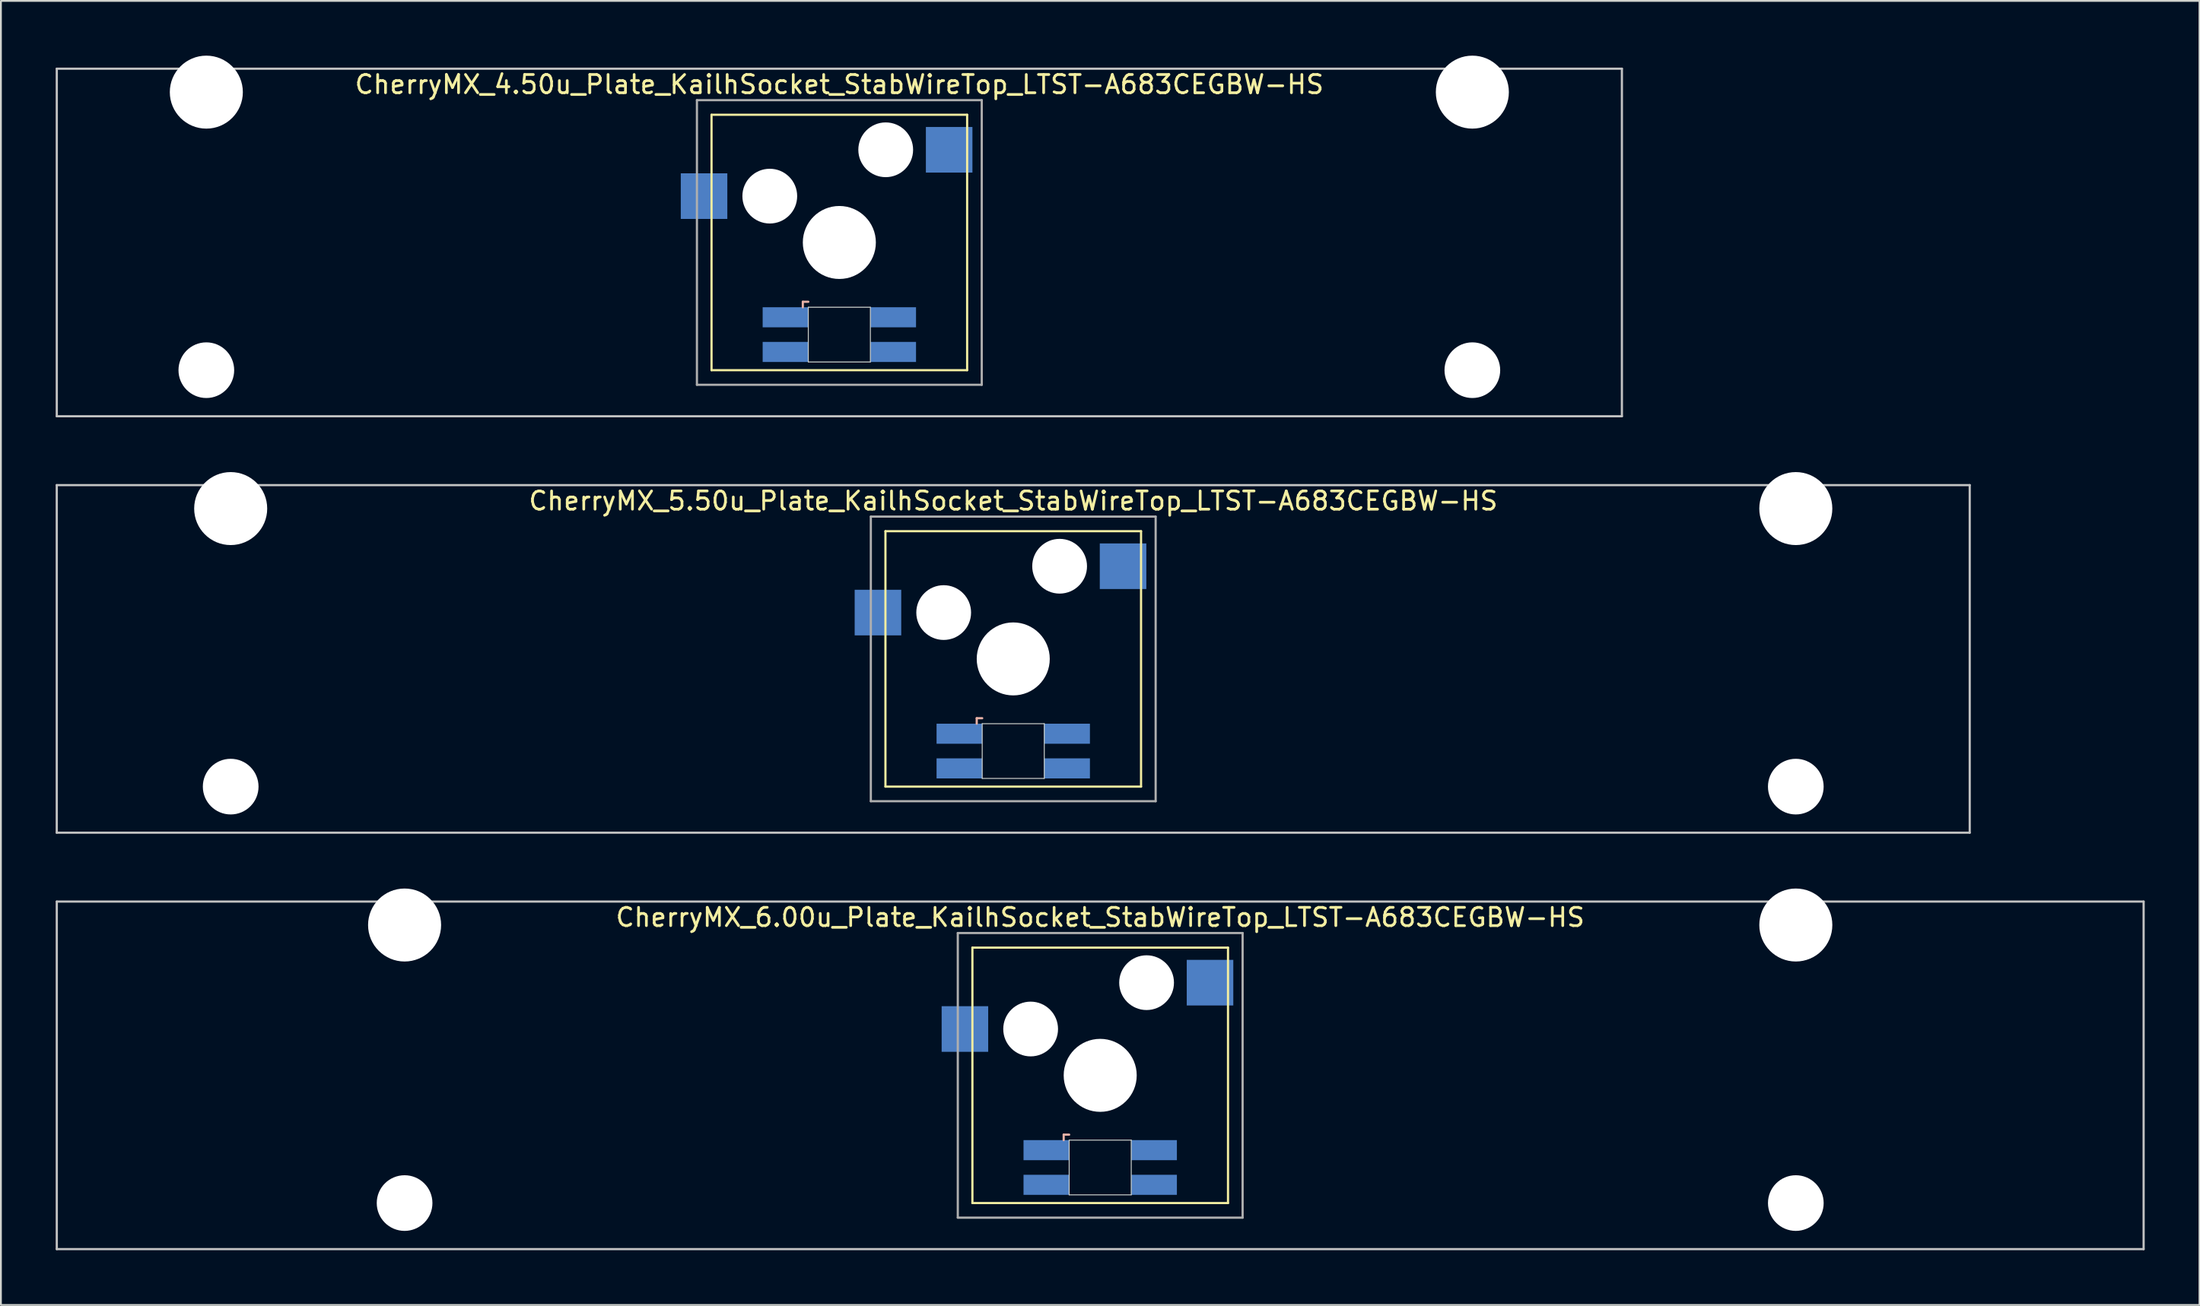
<source format=kicad_pcb>
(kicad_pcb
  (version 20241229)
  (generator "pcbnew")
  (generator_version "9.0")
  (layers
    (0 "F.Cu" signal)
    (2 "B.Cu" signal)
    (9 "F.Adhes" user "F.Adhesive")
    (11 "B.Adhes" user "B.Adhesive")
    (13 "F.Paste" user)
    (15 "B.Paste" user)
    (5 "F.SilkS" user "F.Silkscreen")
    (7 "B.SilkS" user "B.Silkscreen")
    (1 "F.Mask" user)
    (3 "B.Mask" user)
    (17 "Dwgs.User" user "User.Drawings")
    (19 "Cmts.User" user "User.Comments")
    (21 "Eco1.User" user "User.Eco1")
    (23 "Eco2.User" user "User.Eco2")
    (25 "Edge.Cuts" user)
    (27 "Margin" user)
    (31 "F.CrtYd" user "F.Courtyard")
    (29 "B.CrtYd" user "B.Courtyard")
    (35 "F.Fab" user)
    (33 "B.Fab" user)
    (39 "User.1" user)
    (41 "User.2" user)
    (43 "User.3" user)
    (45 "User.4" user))
  (footprint "CherryMX_5.50u_Plate_KailhSocket_StabWireTop_LTST-A683CEGBW-HS"
    (layer "F.Cu")
    (at 52.447 33.065)
    (property "Reference" "CherryMX_5.50u_Plate_KailhSocket_StabWireTop_LTST-A683CEGBW-HS" (at 0 -8.662 0) (layer "F.SilkS") (effects (font (size 1 1) (thickness 0.15))))
    (attr through_hole)
    (fp_line (start -7 -7) (end -7 7) (stroke (width 0.12) (type solid)) (layer "F.SilkS"))
    (fp_line (start -7 -7) (end 7 -7) (stroke (width 0.12) (type solid)) (layer "F.SilkS"))
    (fp_line (start 7 -7) (end 7 7) (stroke (width 0.12) (type solid)) (layer "F.SilkS"))
    (fp_line (start 7 7) (end -7 7) (stroke (width 0.12) (type solid)) (layer "F.SilkS"))
    (fp_line (start -2 3.25) (end -2 3.55) (stroke (width 0.12) (type solid)) (layer "B.SilkS"))
    (fp_line (start -1.7 3.25) (end -2 3.25) (stroke (width 0.12) (type solid)) (layer "B.SilkS"))
    (fp_line (start -52.388 -9.525) (end 52.388 -9.525) (stroke (width 0.12) (type solid)) (layer "Dwgs.User"))
    (fp_line (start -52.388 9.525) (end -52.388 -9.525) (stroke (width 0.12) (type solid)) (layer "Dwgs.User"))
    (fp_line (start 52.388 -9.525) (end 52.388 9.525) (stroke (width 0.12) (type solid)) (layer "Dwgs.User"))
    (fp_line (start 52.388 9.525) (end -52.388 9.525) (stroke (width 0.12) (type solid)) (layer "Dwgs.User"))
    (fp_line (start -1.7 3.55) (end 1.7 3.55) (stroke (width 0.05) (type solid)) (layer "Edge.Cuts"))
    (fp_line (start -1.7 6.55) (end -1.7 3.55) (stroke (width 0.05) (type solid)) (layer "Edge.Cuts"))
    (fp_line (start 1.7 3.55) (end 1.7 6.55) (stroke (width 0.05) (type solid)) (layer "Edge.Cuts"))
    (fp_line (start 1.7 6.55) (end -1.7 6.55) (stroke (width 0.05) (type solid)) (layer "Edge.Cuts"))
    (fp_line (start -7.8 -7.8) (end -7.8 7.8) (stroke (width 0.12) (type solid)) (layer "F.Fab"))
    (fp_line (start -7.8 -7.8) (end 7.8 -7.8) (stroke (width 0.12) (type solid)) (layer "F.Fab"))
    (fp_line (start -7.8 7.8) (end 7.8 7.8) (stroke (width 0.12) (type solid)) (layer "F.Fab"))
    (fp_line (start 7.8 -7.8) (end 7.8 7.8) (stroke (width 0.12) (type solid)) (layer "F.Fab"))
    (pad "" np_thru_hole circle (at -42.862 -8.24) (size 4 4) (drill 4) (layers "*.Cu" "*.Mask"))
    (pad "" np_thru_hole circle (at -42.862 7) (size 3.05 3.05) (drill 3.05) (layers "*.Cu" "*.Mask"))
    (pad "" np_thru_hole circle (at -3.81 -2.54) (size 3 3) (drill 3) (layers "*.Cu" "*.Mask"))
    (pad "" np_thru_hole circle (at 0 0) (size 4 4) (drill 4) (layers "*.Cu" "*.Mask"))
    (pad "" np_thru_hole circle (at 2.54 -5.08) (size 3 3) (drill 3) (layers "*.Cu" "*.Mask"))
    (pad "" np_thru_hole circle (at 42.862 -8.24) (size 4 4) (drill 4) (layers "*.Cu" "*.Mask"))
    (pad "" np_thru_hole circle (at 42.862 7) (size 3.05 3.05) (drill 3.05) (layers "*.Cu" "*.Mask"))
    (pad "1" smd rect (at -7.41 -2.54) (size 2.55 2.5) (layers "B.Cu" "B.Mask" "B.Paste"))
    (pad "2" smd rect (at 6.015 -5.08) (size 2.55 2.5) (layers "B.Cu" "B.Mask" "B.Paste"))
    (pad "3" smd rect (at -2.95 4.1) (size 2.5 1.1) (layers "B.Cu" "B.Mask" "B.Paste"))
    (pad "4" smd rect (at -2.95 6) (size 2.5 1.1) (layers "B.Cu" "B.Mask" "B.Paste"))
    (pad "5" smd rect (at 2.95 4.1) (size 2.5 1.1) (layers "B.Cu" "B.Mask" "B.Paste"))
    (pad "6" smd rect (at 2.95 6) (size 2.5 1.1) (layers "B.Cu" "B.Mask" "B.Paste")))
  (footprint "CherryMX_4.50u_Plate_KailhSocket_StabWireTop_LTST-A683CEGBW-HS"
    (layer "F.Cu")
    (at 42.922 10.24)
    (property "Reference" "CherryMX_4.50u_Plate_KailhSocket_StabWireTop_LTST-A683CEGBW-HS" (at 0 -8.662 0) (layer "F.SilkS") (effects (font (size 1 1) (thickness 0.15))))
    (attr through_hole)
    (fp_line (start -7 -7) (end -7 7) (stroke (width 0.12) (type solid)) (layer "F.SilkS"))
    (fp_line (start -7 -7) (end 7 -7) (stroke (width 0.12) (type solid)) (layer "F.SilkS"))
    (fp_line (start 7 -7) (end 7 7) (stroke (width 0.12) (type solid)) (layer "F.SilkS"))
    (fp_line (start 7 7) (end -7 7) (stroke (width 0.12) (type solid)) (layer "F.SilkS"))
    (fp_line (start -2 3.25) (end -2 3.55) (stroke (width 0.12) (type solid)) (layer "B.SilkS"))
    (fp_line (start -1.7 3.25) (end -2 3.25) (stroke (width 0.12) (type solid)) (layer "B.SilkS"))
    (fp_line (start -42.862 -9.525) (end 42.862 -9.525) (stroke (width 0.12) (type solid)) (layer "Dwgs.User"))
    (fp_line (start -42.862 9.525) (end -42.862 -9.525) (stroke (width 0.12) (type solid)) (layer "Dwgs.User"))
    (fp_line (start 42.862 -9.525) (end 42.862 9.525) (stroke (width 0.12) (type solid)) (layer "Dwgs.User"))
    (fp_line (start 42.862 9.525) (end -42.862 9.525) (stroke (width 0.12) (type solid)) (layer "Dwgs.User"))
    (fp_line (start -1.7 3.55) (end 1.7 3.55) (stroke (width 0.05) (type solid)) (layer "Edge.Cuts"))
    (fp_line (start -1.7 6.55) (end -1.7 3.55) (stroke (width 0.05) (type solid)) (layer "Edge.Cuts"))
    (fp_line (start 1.7 3.55) (end 1.7 6.55) (stroke (width 0.05) (type solid)) (layer "Edge.Cuts"))
    (fp_line (start 1.7 6.55) (end -1.7 6.55) (stroke (width 0.05) (type solid)) (layer "Edge.Cuts"))
    (fp_line (start -7.8 -7.8) (end -7.8 7.8) (stroke (width 0.12) (type solid)) (layer "F.Fab"))
    (fp_line (start -7.8 -7.8) (end 7.8 -7.8) (stroke (width 0.12) (type solid)) (layer "F.Fab"))
    (fp_line (start -7.8 7.8) (end 7.8 7.8) (stroke (width 0.12) (type solid)) (layer "F.Fab"))
    (fp_line (start 7.8 -7.8) (end 7.8 7.8) (stroke (width 0.12) (type solid)) (layer "F.Fab"))
    (pad "" np_thru_hole circle (at -34.671 -8.24) (size 4 4) (drill 4) (layers "*.Cu" "*.Mask"))
    (pad "" np_thru_hole circle (at -34.671 7) (size 3.05 3.05) (drill 3.05) (layers "*.Cu" "*.Mask"))
    (pad "" np_thru_hole circle (at -3.81 -2.54) (size 3 3) (drill 3) (layers "*.Cu" "*.Mask"))
    (pad "" np_thru_hole circle (at 0 0) (size 4 4) (drill 4) (layers "*.Cu" "*.Mask"))
    (pad "" np_thru_hole circle (at 2.54 -5.08) (size 3 3) (drill 3) (layers "*.Cu" "*.Mask"))
    (pad "" np_thru_hole circle (at 34.671 -8.24) (size 4 4) (drill 4) (layers "*.Cu" "*.Mask"))
    (pad "" np_thru_hole circle (at 34.671 7) (size 3.05 3.05) (drill 3.05) (layers "*.Cu" "*.Mask"))
    (pad "1" smd rect (at -7.41 -2.54) (size 2.55 2.5) (layers "B.Cu" "B.Mask" "B.Paste"))
    (pad "2" smd rect (at 6.015 -5.08) (size 2.55 2.5) (layers "B.Cu" "B.Mask" "B.Paste"))
    (pad "3" smd rect (at -2.95 4.1) (size 2.5 1.1) (layers "B.Cu" "B.Mask" "B.Paste"))
    (pad "4" smd rect (at -2.95 6) (size 2.5 1.1) (layers "B.Cu" "B.Mask" "B.Paste"))
    (pad "5" smd rect (at 2.95 4.1) (size 2.5 1.1) (layers "B.Cu" "B.Mask" "B.Paste"))
    (pad "6" smd rect (at 2.95 6) (size 2.5 1.1) (layers "B.Cu" "B.Mask" "B.Paste")))
  (footprint "CherryMX_6.00u_Plate_KailhSocket_StabWireTop_LTST-A683CEGBW-HS"
    (layer "F.Cu")
    (at 57.21 55.89)
    (property "Reference" "CherryMX_6.00u_Plate_KailhSocket_StabWireTop_LTST-A683CEGBW-HS" (at 0 -8.662 0) (layer "F.SilkS") (effects (font (size 1 1) (thickness 0.15))))
    (attr through_hole)
    (fp_line (start -7 -7) (end -7 7) (stroke (width 0.12) (type solid)) (layer "F.SilkS"))
    (fp_line (start -7 -7) (end 7 -7) (stroke (width 0.12) (type solid)) (layer "F.SilkS"))
    (fp_line (start 7 -7) (end 7 7) (stroke (width 0.12) (type solid)) (layer "F.SilkS"))
    (fp_line (start 7 7) (end -7 7) (stroke (width 0.12) (type solid)) (layer "F.SilkS"))
    (fp_line (start -2 3.25) (end -2 3.55) (stroke (width 0.12) (type solid)) (layer "B.SilkS"))
    (fp_line (start -1.7 3.25) (end -2 3.25) (stroke (width 0.12) (type solid)) (layer "B.SilkS"))
    (fp_line (start -57.15 -9.525) (end 57.15 -9.525) (stroke (width 0.12) (type solid)) (layer "Dwgs.User"))
    (fp_line (start -57.15 9.525) (end -57.15 -9.525) (stroke (width 0.12) (type solid)) (layer "Dwgs.User"))
    (fp_line (start 57.15 -9.525) (end 57.15 9.525) (stroke (width 0.12) (type solid)) (layer "Dwgs.User"))
    (fp_line (start 57.15 9.525) (end -57.15 9.525) (stroke (width 0.12) (type solid)) (layer "Dwgs.User"))
    (fp_line (start -1.7 3.55) (end 1.7 3.55) (stroke (width 0.05) (type solid)) (layer "Edge.Cuts"))
    (fp_line (start -1.7 6.55) (end -1.7 3.55) (stroke (width 0.05) (type solid)) (layer "Edge.Cuts"))
    (fp_line (start 1.7 3.55) (end 1.7 6.55) (stroke (width 0.05) (type solid)) (layer "Edge.Cuts"))
    (fp_line (start 1.7 6.55) (end -1.7 6.55) (stroke (width 0.05) (type solid)) (layer "Edge.Cuts"))
    (fp_line (start -7.8 -7.8) (end -7.8 7.8) (stroke (width 0.12) (type solid)) (layer "F.Fab"))
    (fp_line (start -7.8 -7.8) (end 7.8 -7.8) (stroke (width 0.12) (type solid)) (layer "F.Fab"))
    (fp_line (start -7.8 7.8) (end 7.8 7.8) (stroke (width 0.12) (type solid)) (layer "F.Fab"))
    (fp_line (start 7.8 -7.8) (end 7.8 7.8) (stroke (width 0.12) (type solid)) (layer "F.Fab"))
    (pad "" np_thru_hole circle (at -38.1 -8.24) (size 4 4) (drill 4) (layers "*.Cu" "*.Mask"))
    (pad "" np_thru_hole circle (at -38.1 7) (size 3.05 3.05) (drill 3.05) (layers "*.Cu" "*.Mask"))
    (pad "" np_thru_hole circle (at -3.81 -2.54) (size 3 3) (drill 3) (layers "*.Cu" "*.Mask"))
    (pad "" np_thru_hole circle (at 0 0) (size 4 4) (drill 4) (layers "*.Cu" "*.Mask"))
    (pad "" np_thru_hole circle (at 2.54 -5.08) (size 3 3) (drill 3) (layers "*.Cu" "*.Mask"))
    (pad "" np_thru_hole circle (at 38.1 -8.24) (size 4 4) (drill 4) (layers "*.Cu" "*.Mask"))
    (pad "" np_thru_hole circle (at 38.1 7) (size 3.05 3.05) (drill 3.05) (layers "*.Cu" "*.Mask"))
    (pad "1" smd rect (at -7.41 -2.54) (size 2.55 2.5) (layers "B.Cu" "B.Mask" "B.Paste"))
    (pad "2" smd rect (at 6.015 -5.08) (size 2.55 2.5) (layers "B.Cu" "B.Mask" "B.Paste"))
    (pad "3" smd rect (at -2.95 4.1) (size 2.5 1.1) (layers "B.Cu" "B.Mask" "B.Paste"))
    (pad "4" smd rect (at -2.95 6) (size 2.5 1.1) (layers "B.Cu" "B.Mask" "B.Paste"))
    (pad "5" smd rect (at 2.95 4.1) (size 2.5 1.1) (layers "B.Cu" "B.Mask" "B.Paste"))
    (pad "6" smd rect (at 2.95 6) (size 2.5 1.1) (layers "B.Cu" "B.Mask" "B.Paste")))
  (gr_rect
    (start -3 -3)
    (end 117.42 68.475)
    (stroke (width 0.1) (type default))
    (fill no)
    (layer "Edge.Cuts")))
</source>
